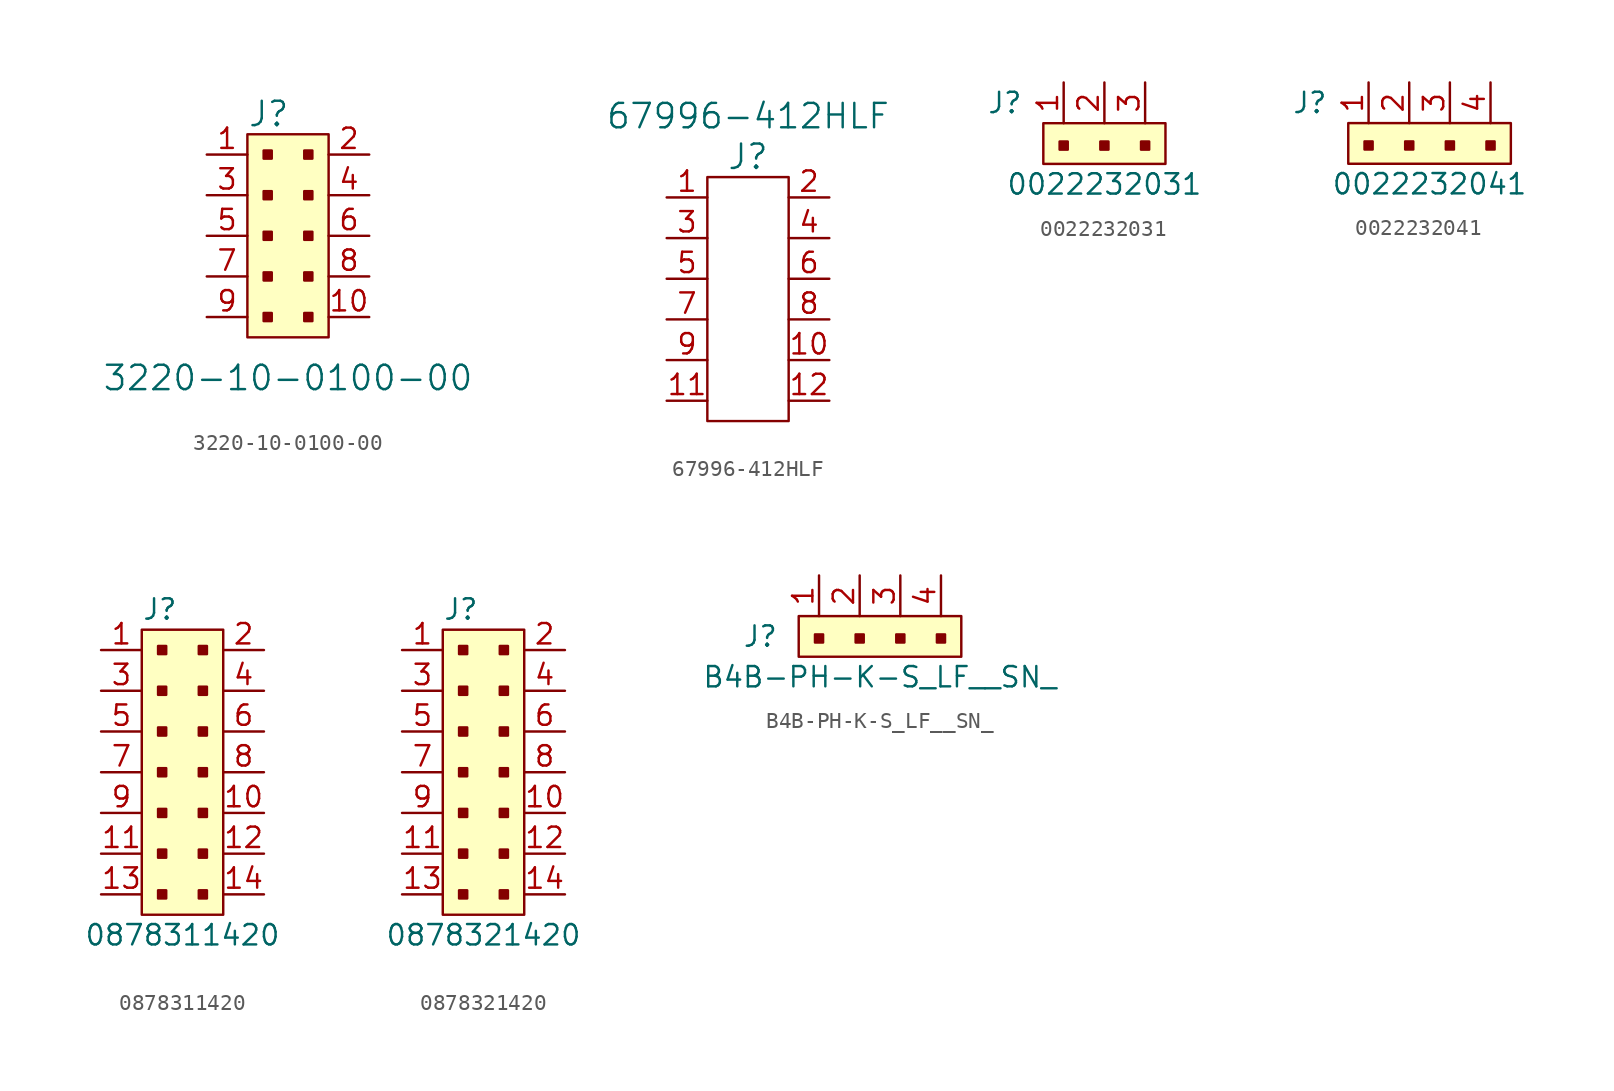
<source format=kicad_sym>
(kicad_symbol_lib
  (version 20220914)
  (generator kicad_symbol_editor)
  (symbol "3220-10-0100-00"
    (pin_names
      (offset 1.016))
    (property "Reference" "J"
      (at -2.54 7.62 0)
      (effects (font (size 1.524 1.524)) (justify left)))
    (property "Value" "3220-10-0100-00"
      (at 0 -8.89 0)
      (effects (font (size 1.524 1.524))))
    (symbol "3220-10-0100-00_0_1"
      (rectangle (start -2.54 6.35) (end 2.54 -6.35) (stroke (width 0) (type solid)) (fill (type background)))
      (rectangle (start -1.524 -4.826) (end -1.016 -5.334) (stroke (width 0) (type solid)) (fill (type outline)))
      (rectangle (start -1.524 -2.286) (end -1.016 -2.794) (stroke (width 0) (type solid)) (fill (type outline)))
      (rectangle (start -1.524 0.254) (end -1.016 -0.254) (stroke (width 0) (type solid)) (fill (type outline)))
      (rectangle (start -1.524 2.794) (end -1.016 2.286) (stroke (width 0) (type solid)) (fill (type outline)))
      (rectangle (start -1.524 5.334) (end -1.016 4.826) (stroke (width 0) (type solid)) (fill (type outline)))
      (rectangle (start 1.016 -4.826) (end 1.524 -5.334) (stroke (width 0) (type solid)) (fill (type outline)))
      (rectangle (start 1.016 -2.286) (end 1.524 -2.794) (stroke (width 0) (type solid)) (fill (type outline)))
      (rectangle (start 1.016 0.254) (end 1.524 -0.254) (stroke (width 0) (type solid)) (fill (type outline)))
      (rectangle (start 1.016 2.794) (end 1.524 2.286) (stroke (width 0) (type solid)) (fill (type outline)))
      (rectangle (start 1.016 5.334) (end 1.524 4.826) (stroke (width 0) (type solid)) (fill (type outline))))
    (symbol "3220-10-0100-00_1_1"
      (pin passive line (at -5.08 5.08 0) (length 2.54) (name "~" (effects (font (size 1.27 1.27)))) (number "1" (effects (font (size 1.27 1.27)))))
      (pin passive line (at 5.08 -5.08 180) (length 2.54) (name "~" (effects (font (size 1.27 1.27)))) (number "10" (effects (font (size 1.27 1.27)))))
      (pin passive line (at 5.08 5.08 180) (length 2.54) (name "~" (effects (font (size 1.27 1.27)))) (number "2" (effects (font (size 1.27 1.27)))))
      (pin passive line (at -5.08 2.54 0) (length 2.54) (name "~" (effects (font (size 1.27 1.27)))) (number "3" (effects (font (size 1.27 1.27)))))
      (pin passive line (at 5.08 2.54 180) (length 2.54) (name "~" (effects (font (size 1.27 1.27)))) (number "4" (effects (font (size 1.27 1.27)))))
      (pin passive line (at -5.08 0 0) (length 2.54) (name "~" (effects (font (size 1.27 1.27)))) (number "5" (effects (font (size 1.27 1.27)))))
      (pin passive line (at 5.08 0 180) (length 2.54) (name "~" (effects (font (size 1.27 1.27)))) (number "6" (effects (font (size 1.27 1.27)))))
      (pin passive line (at -5.08 -2.54 0) (length 2.54) (name "~" (effects (font (size 1.27 1.27)))) (number "7" (effects (font (size 1.27 1.27)))))
      (pin passive line (at 5.08 -2.54 180) (length 2.54) (name "~" (effects (font (size 1.27 1.27)))) (number "8" (effects (font (size 1.27 1.27)))))
      (pin passive line (at -5.08 -5.08 0) (length 2.54) (name "~" (effects (font (size 1.27 1.27)))) (number "9" (effects (font (size 1.27 1.27)))))))
  (symbol "67996-412HLF"
    (pin_names
      (offset 1.016))
    (property "Reference" "J"
      (at 0 7.62 0)
      (effects (font (size 1.524 1.524))))
    (property "Value" "67996-412HLF"
      (at 0 10.16 0)
      (effects (font (size 1.524 1.524))))
    (symbol "67996-412HLF_0_1"
      (rectangle (start -2.54 6.35) (end 2.54 -8.89) (stroke (width 0) (type solid)) (fill (type none))))
    (symbol "67996-412HLF_1_1"
      (pin passive line (at -5.08 5.08 0) (length 2.54) (name "~" (effects (font (size 1.27 1.27)))) (number "1" (effects (font (size 1.27 1.27)))))
      (pin passive line (at 5.08 -5.08 180) (length 2.54) (name "~" (effects (font (size 1.27 1.27)))) (number "10" (effects (font (size 1.27 1.27)))))
      (pin passive line (at -5.08 -7.62 0) (length 2.54) (name "~" (effects (font (size 1.27 1.27)))) (number "11" (effects (font (size 1.27 1.27)))))
      (pin passive line (at 5.08 -7.62 180) (length 2.54) (name "~" (effects (font (size 1.27 1.27)))) (number "12" (effects (font (size 1.27 1.27)))))
      (pin passive line (at 5.08 5.08 180) (length 2.54) (name "~" (effects (font (size 1.27 1.27)))) (number "2" (effects (font (size 1.27 1.27)))))
      (pin passive line (at -5.08 2.54 0) (length 2.54) (name "~" (effects (font (size 1.27 1.27)))) (number "3" (effects (font (size 1.27 1.27)))))
      (pin passive line (at 5.08 2.54 180) (length 2.54) (name "~" (effects (font (size 1.27 1.27)))) (number "4" (effects (font (size 1.27 1.27)))))
      (pin passive line (at -5.08 0 0) (length 2.54) (name "~" (effects (font (size 1.27 1.27)))) (number "5" (effects (font (size 1.27 1.27)))))
      (pin passive line (at 5.08 0 180) (length 2.54) (name "~" (effects (font (size 1.27 1.27)))) (number "6" (effects (font (size 1.27 1.27)))))
      (pin passive line (at -5.08 -2.54 0) (length 2.54) (name "~" (effects (font (size 1.27 1.27)))) (number "7" (effects (font (size 1.27 1.27)))))
      (pin passive line (at 5.08 -2.54 180) (length 2.54) (name "~" (effects (font (size 1.27 1.27)))) (number "8" (effects (font (size 1.27 1.27)))))
      (pin passive line (at -5.08 -5.08 0) (length 2.54) (name "~" (effects (font (size 1.27 1.27)))) (number "9" (effects (font (size 1.27 1.27)))))))
  (symbol "0022232031"
    (pin_names
      (offset 1.016))
    (property "Reference" "J"
      (at -2.54 1.27 0)
      (effects (font (size 1.27 1.27)) (justify right)))
    (property "Value" "0022232031"
      (at 2.54 -3.81 0)
      (effects (font (size 1.27 1.27))))
    (symbol "0022232031_1_1"
      (rectangle (start -1.27 0) (end 6.35 -2.54) (stroke (width 0) (type solid)) (fill (type background)))
      (rectangle (start -0.254 -1.143) (end 0.254 -1.651) (stroke (width 0) (type solid)) (fill (type outline)))
      (rectangle (start 2.286 -1.143) (end 2.794 -1.651) (stroke (width 0) (type solid)) (fill (type outline)))
      (rectangle (start 4.826 -1.143) (end 5.334 -1.651) (stroke (width 0) (type solid)) (fill (type outline)))
      (pin passive line (at 0 2.54 270) (length 2.54) (name "~" (effects (font (size 1.27 1.27)))) (number "1" (effects (font (size 1.27 1.27)))))
      (pin passive line (at 2.54 2.54 270) (length 2.54) (name "~" (effects (font (size 1.27 1.27)))) (number "2" (effects (font (size 1.27 1.27)))))
      (pin passive line (at 5.08 2.54 270) (length 2.54) (name "~" (effects (font (size 1.27 1.27)))) (number "3" (effects (font (size 1.27 1.27)))))))
  (symbol "0022232041"
    (pin_names
      (offset 1.016))
    (property "Reference" "J"
      (at -2.54 1.27 0)
      (effects (font (size 1.27 1.27)) (justify right)))
    (property "Value" "0022232041"
      (at 3.81 -3.81 0)
      (effects (font (size 1.27 1.27))))
    (symbol "0022232041_1_1"
      (rectangle (start -1.27 0) (end 8.89 -2.54) (stroke (width 0) (type solid)) (fill (type background)))
      (rectangle (start -0.254 -1.143) (end 0.254 -1.651) (stroke (width 0) (type solid)) (fill (type outline)))
      (rectangle (start 2.286 -1.143) (end 2.794 -1.651) (stroke (width 0) (type solid)) (fill (type outline)))
      (rectangle (start 4.826 -1.143) (end 5.334 -1.651) (stroke (width 0) (type solid)) (fill (type outline)))
      (rectangle (start 7.366 -1.143) (end 7.874 -1.651) (stroke (width 0) (type solid)) (fill (type outline)))
      (pin passive line (at 0 2.54 270) (length 2.54) (name "~" (effects (font (size 1.27 1.27)))) (number "1" (effects (font (size 1.27 1.27)))))
      (pin passive line (at 2.54 2.54 270) (length 2.54) (name "~" (effects (font (size 1.27 1.27)))) (number "2" (effects (font (size 1.27 1.27)))))
      (pin passive line (at 5.08 2.54 270) (length 2.54) (name "~" (effects (font (size 1.27 1.27)))) (number "3" (effects (font (size 1.27 1.27)))))
      (pin passive line (at 7.62 2.54 270) (length 2.54) (name "~" (effects (font (size 1.27 1.27)))) (number "4" (effects (font (size 1.27 1.27)))))))
  (symbol "0878311420"
    (pin_names
      (offset 1.016))
    (property "Reference" "J"
      (at -2.54 10.16 0)
      (effects (font (size 1.27 1.27)) (justify left)))
    (property "Value" "0878311420"
      (at 0 -10.16 0)
      (effects (font (size 1.27 1.27))))
    (symbol "0878311420_1_1"
      (rectangle (start -2.54 8.89) (end 2.54 -8.89) (stroke (width 0) (type solid)) (fill (type background)))
      (rectangle (start -1.524 -7.366) (end -1.016 -7.874) (stroke (width 0) (type solid)) (fill (type outline)))
      (rectangle (start -1.524 -4.826) (end -1.016 -5.334) (stroke (width 0) (type solid)) (fill (type outline)))
      (rectangle (start -1.524 -2.286) (end -1.016 -2.794) (stroke (width 0) (type solid)) (fill (type outline)))
      (rectangle (start -1.524 0.254) (end -1.016 -0.254) (stroke (width 0) (type solid)) (fill (type outline)))
      (rectangle (start -1.524 2.794) (end -1.016 2.286) (stroke (width 0) (type solid)) (fill (type outline)))
      (rectangle (start -1.524 5.334) (end -1.016 4.826) (stroke (width 0) (type solid)) (fill (type outline)))
      (rectangle (start -1.524 7.874) (end -1.016 7.366) (stroke (width 0) (type solid)) (fill (type outline)))
      (rectangle (start 1.016 -7.366) (end 1.524 -7.874) (stroke (width 0) (type solid)) (fill (type outline)))
      (rectangle (start 1.016 -4.826) (end 1.524 -5.334) (stroke (width 0) (type solid)) (fill (type outline)))
      (rectangle (start 1.016 -2.286) (end 1.524 -2.794) (stroke (width 0) (type solid)) (fill (type outline)))
      (rectangle (start 1.016 0.254) (end 1.524 -0.254) (stroke (width 0) (type solid)) (fill (type outline)))
      (rectangle (start 1.016 2.794) (end 1.524 2.286) (stroke (width 0) (type solid)) (fill (type outline)))
      (rectangle (start 1.016 5.334) (end 1.524 4.826) (stroke (width 0) (type solid)) (fill (type outline)))
      (rectangle (start 1.016 7.874) (end 1.524 7.366) (stroke (width 0) (type solid)) (fill (type outline)))
      (pin passive line (at -5.08 7.62 0) (length 2.54) (name "~" (effects (font (size 1.27 1.27)))) (number "1" (effects (font (size 1.27 1.27)))))
      (pin passive line (at 5.08 -2.54 180) (length 2.54) (name "~" (effects (font (size 1.27 1.27)))) (number "10" (effects (font (size 1.27 1.27)))))
      (pin passive line (at -5.08 -5.08 0) (length 2.54) (name "~" (effects (font (size 1.27 1.27)))) (number "11" (effects (font (size 1.27 1.27)))))
      (pin passive line (at 5.08 -5.08 180) (length 2.54) (name "~" (effects (font (size 1.27 1.27)))) (number "12" (effects (font (size 1.27 1.27)))))
      (pin passive line (at -5.08 -7.62 0) (length 2.54) (name "~" (effects (font (size 1.27 1.27)))) (number "13" (effects (font (size 1.27 1.27)))))
      (pin passive line (at 5.08 -7.62 180) (length 2.54) (name "~" (effects (font (size 1.27 1.27)))) (number "14" (effects (font (size 1.27 1.27)))))
      (pin passive line (at 5.08 7.62 180) (length 2.54) (name "~" (effects (font (size 1.27 1.27)))) (number "2" (effects (font (size 1.27 1.27)))))
      (pin passive line (at -5.08 5.08 0) (length 2.54) (name "~" (effects (font (size 1.27 1.27)))) (number "3" (effects (font (size 1.27 1.27)))))
      (pin passive line (at 5.08 5.08 180) (length 2.54) (name "~" (effects (font (size 1.27 1.27)))) (number "4" (effects (font (size 1.27 1.27)))))
      (pin passive line (at -5.08 2.54 0) (length 2.54) (name "~" (effects (font (size 1.27 1.27)))) (number "5" (effects (font (size 1.27 1.27)))))
      (pin passive line (at 5.08 2.54 180) (length 2.54) (name "~" (effects (font (size 1.27 1.27)))) (number "6" (effects (font (size 1.27 1.27)))))
      (pin passive line (at -5.08 0 0) (length 2.54) (name "~" (effects (font (size 1.27 1.27)))) (number "7" (effects (font (size 1.27 1.27)))))
      (pin passive line (at 5.08 0 180) (length 2.54) (name "~" (effects (font (size 1.27 1.27)))) (number "8" (effects (font (size 1.27 1.27)))))
      (pin passive line (at -5.08 -2.54 0) (length 2.54) (name "~" (effects (font (size 1.27 1.27)))) (number "9" (effects (font (size 1.27 1.27)))))))
  (symbol "0878321420"
    (pin_names
      (offset 1.016))
    (property "Reference" "J"
      (at -2.54 10.16 0)
      (effects (font (size 1.27 1.27)) (justify left)))
    (property "Value" "0878321420"
      (at 0 -10.16 0)
      (effects (font (size 1.27 1.27))))
    (symbol "0878321420_1_1"
      (rectangle (start -2.54 8.89) (end 2.54 -8.89) (stroke (width 0) (type solid)) (fill (type background)))
      (rectangle (start -1.524 -7.366) (end -1.016 -7.874) (stroke (width 0) (type solid)) (fill (type outline)))
      (rectangle (start -1.524 -4.826) (end -1.016 -5.334) (stroke (width 0) (type solid)) (fill (type outline)))
      (rectangle (start -1.524 -2.286) (end -1.016 -2.794) (stroke (width 0) (type solid)) (fill (type outline)))
      (rectangle (start -1.524 0.254) (end -1.016 -0.254) (stroke (width 0) (type solid)) (fill (type outline)))
      (rectangle (start -1.524 2.794) (end -1.016 2.286) (stroke (width 0) (type solid)) (fill (type outline)))
      (rectangle (start -1.524 5.334) (end -1.016 4.826) (stroke (width 0) (type solid)) (fill (type outline)))
      (rectangle (start -1.524 7.874) (end -1.016 7.366) (stroke (width 0) (type solid)) (fill (type outline)))
      (rectangle (start 1.016 -7.366) (end 1.524 -7.874) (stroke (width 0) (type solid)) (fill (type outline)))
      (rectangle (start 1.016 -4.826) (end 1.524 -5.334) (stroke (width 0) (type solid)) (fill (type outline)))
      (rectangle (start 1.016 -2.286) (end 1.524 -2.794) (stroke (width 0) (type solid)) (fill (type outline)))
      (rectangle (start 1.016 0.254) (end 1.524 -0.254) (stroke (width 0) (type solid)) (fill (type outline)))
      (rectangle (start 1.016 2.794) (end 1.524 2.286) (stroke (width 0) (type solid)) (fill (type outline)))
      (rectangle (start 1.016 5.334) (end 1.524 4.826) (stroke (width 0) (type solid)) (fill (type outline)))
      (rectangle (start 1.016 7.874) (end 1.524 7.366) (stroke (width 0) (type solid)) (fill (type outline)))
      (pin passive line (at -5.08 7.62 0) (length 2.54) (name "~" (effects (font (size 1.27 1.27)))) (number "1" (effects (font (size 1.27 1.27)))))
      (pin passive line (at 5.08 -2.54 180) (length 2.54) (name "~" (effects (font (size 1.27 1.27)))) (number "10" (effects (font (size 1.27 1.27)))))
      (pin passive line (at -5.08 -5.08 0) (length 2.54) (name "~" (effects (font (size 1.27 1.27)))) (number "11" (effects (font (size 1.27 1.27)))))
      (pin passive line (at 5.08 -5.08 180) (length 2.54) (name "~" (effects (font (size 1.27 1.27)))) (number "12" (effects (font (size 1.27 1.27)))))
      (pin passive line (at -5.08 -7.62 0) (length 2.54) (name "~" (effects (font (size 1.27 1.27)))) (number "13" (effects (font (size 1.27 1.27)))))
      (pin passive line (at 5.08 -7.62 180) (length 2.54) (name "~" (effects (font (size 1.27 1.27)))) (number "14" (effects (font (size 1.27 1.27)))))
      (pin passive line (at 5.08 7.62 180) (length 2.54) (name "~" (effects (font (size 1.27 1.27)))) (number "2" (effects (font (size 1.27 1.27)))))
      (pin passive line (at -5.08 5.08 0) (length 2.54) (name "~" (effects (font (size 1.27 1.27)))) (number "3" (effects (font (size 1.27 1.27)))))
      (pin passive line (at 5.08 5.08 180) (length 2.54) (name "~" (effects (font (size 1.27 1.27)))) (number "4" (effects (font (size 1.27 1.27)))))
      (pin passive line (at -5.08 2.54 0) (length 2.54) (name "~" (effects (font (size 1.27 1.27)))) (number "5" (effects (font (size 1.27 1.27)))))
      (pin passive line (at 5.08 2.54 180) (length 2.54) (name "~" (effects (font (size 1.27 1.27)))) (number "6" (effects (font (size 1.27 1.27)))))
      (pin passive line (at -5.08 0 0) (length 2.54) (name "~" (effects (font (size 1.27 1.27)))) (number "7" (effects (font (size 1.27 1.27)))))
      (pin passive line (at 5.08 0 180) (length 2.54) (name "~" (effects (font (size 1.27 1.27)))) (number "8" (effects (font (size 1.27 1.27)))))
      (pin passive line (at -5.08 -2.54 0) (length 2.54) (name "~" (effects (font (size 1.27 1.27)))) (number "9" (effects (font (size 1.27 1.27)))))))
  (symbol "B4B-PH-K-S_LF__SN_"
    (pin_names
      (offset 1.016))
    (property "Reference" "J"
      (at -2.54 -1.27 0)
      (effects (font (size 1.27 1.27)) (justify right)))
    (property "Value" "B4B-PH-K-S_LF__SN_"
      (at 3.81 -3.81 0)
      (effects (font (size 1.27 1.27))))
    (symbol "B4B-PH-K-S_LF__SN__1_1"
      (rectangle (start -1.27 0) (end 8.89 -2.54) (stroke (width 0) (type solid)) (fill (type background)))
      (rectangle (start -0.254 -1.143) (end 0.254 -1.651) (stroke (width 0) (type solid)) (fill (type outline)))
      (rectangle (start 2.286 -1.143) (end 2.794 -1.651) (stroke (width 0) (type solid)) (fill (type outline)))
      (rectangle (start 4.826 -1.143) (end 5.334 -1.651) (stroke (width 0) (type solid)) (fill (type outline)))
      (rectangle (start 7.366 -1.143) (end 7.874 -1.651) (stroke (width 0) (type solid)) (fill (type outline)))
      (pin passive line (at 0 2.54 270) (length 2.54) (name "~" (effects (font (size 1.27 1.27)))) (number "1" (effects (font (size 1.27 1.27)))))
      (pin passive line (at 2.54 2.54 270) (length 2.54) (name "~" (effects (font (size 1.27 1.27)))) (number "2" (effects (font (size 1.27 1.27)))))
      (pin passive line (at 5.08 2.54 270) (length 2.54) (name "~" (effects (font (size 1.27 1.27)))) (number "3" (effects (font (size 1.27 1.27)))))
      (pin passive line (at 7.62 2.54 270) (length 2.54) (name "~" (effects (font (size 1.27 1.27)))) (number "4" (effects (font (size 1.27 1.27))))))))
</source>
